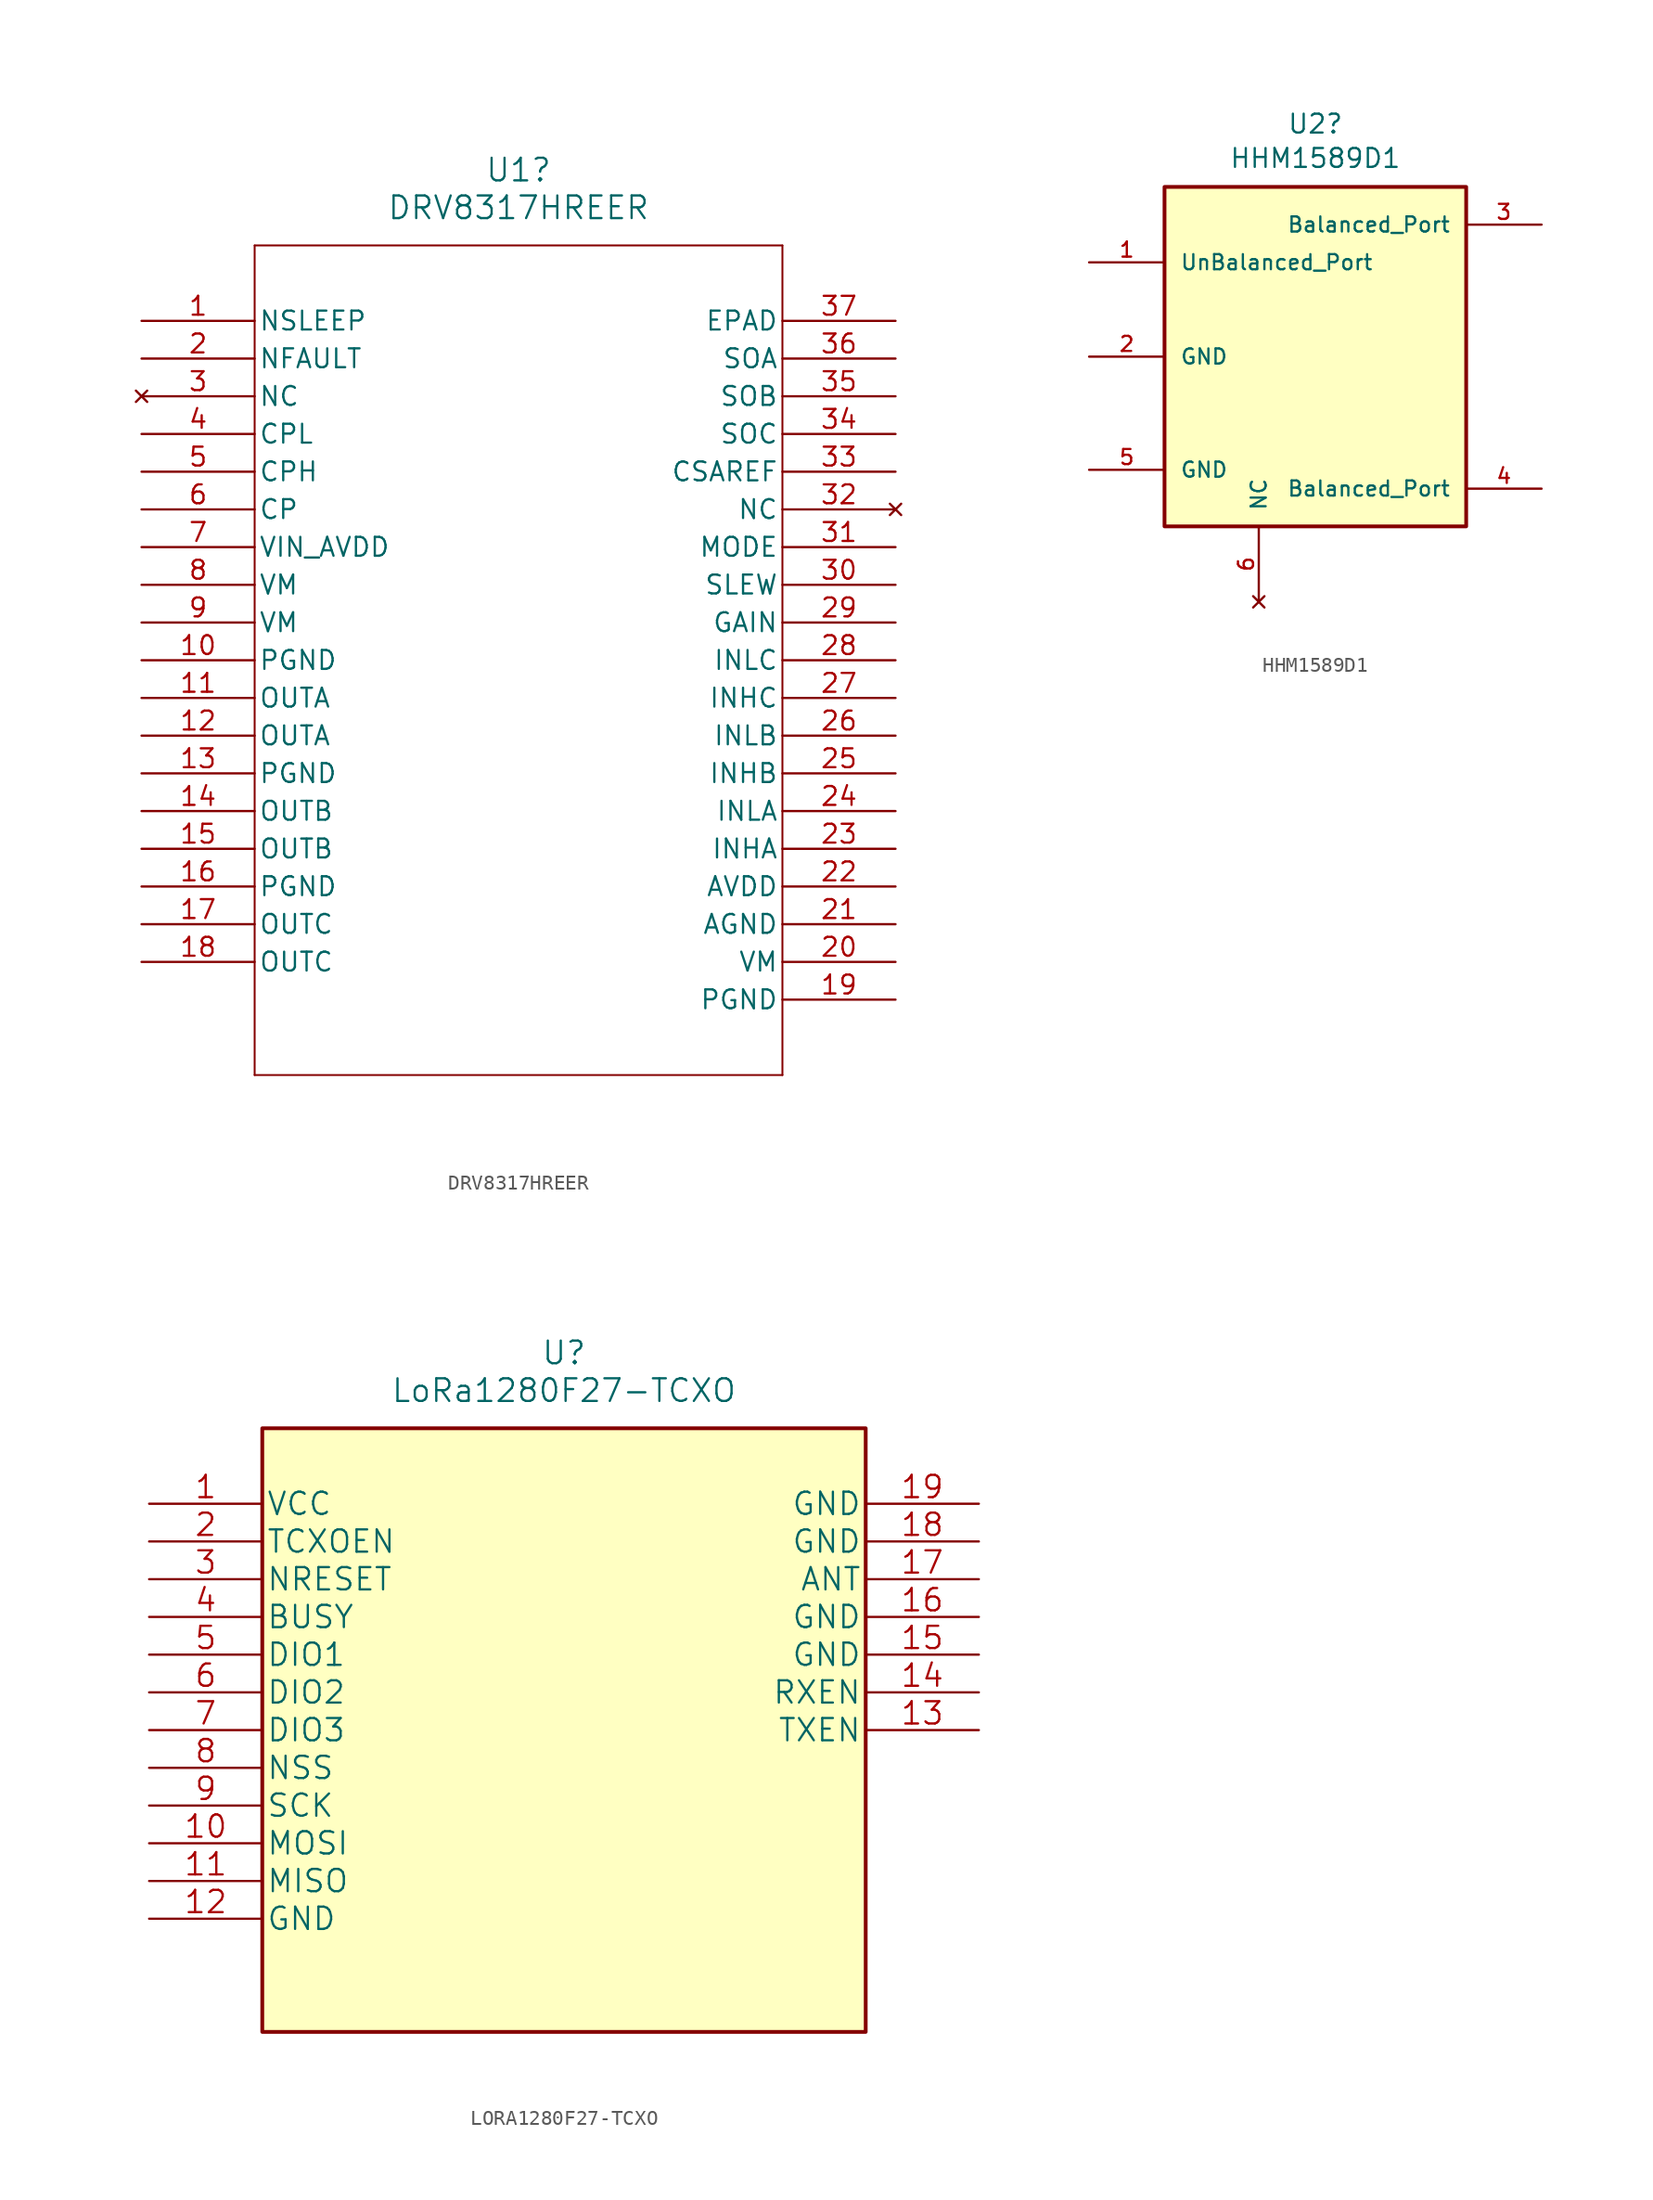
<source format=kicad_sym>
(kicad_symbol_lib
  (version 20241209)
  (generator "kicad_symbol_editor")
  (generator_version "9.0")
  (symbol "DRV8317HREER"
    (pin_names
      (offset 0.254))
    (property "Reference" "U1"
      (at 25.4 10.16 0)
      (effects (font (size 1.524 1.524))))
    (property "Value" "DRV8317HREER"
      (at 25.4 7.62 0)
      (effects (font (size 1.524 1.524))))
    (property "ki_locked" ""
      (at 0 0 0)
      (effects (font (size 1.27 1.27))))
    (symbol "DRV8317HREER_1_1"
      (polyline (pts (xy 7.62 5.08) (xy 7.62 -50.8)) (stroke (width 0.127) (type default)) (fill (type none)))
      (polyline (pts (xy 7.62 -50.8) (xy 43.18 -50.8)) (stroke (width 0.127) (type default)) (fill (type none)))
      (polyline (pts (xy 43.18 5.08) (xy 7.62 5.08)) (stroke (width 0.127) (type default)) (fill (type none)))
      (polyline (pts (xy 43.18 -50.8) (xy 43.18 5.08)) (stroke (width 0.127) (type default)) (fill (type none)))
      (pin input line (at 0 0 0) (length 7.62) (name "NSLEEP" (effects (font (size 1.27 1.27)))) (number "1" (effects (font (size 1.27 1.27)))))
      (pin output line (at 0 -2.54 0) (length 7.62) (name "NFAULT" (effects (font (size 1.27 1.27)))) (number "2" (effects (font (size 1.27 1.27)))))
      (pin no_connect line (at 0 -5.08 0) (length 7.62) (name "NC" (effects (font (size 1.27 1.27)))) (number "3" (effects (font (size 1.27 1.27)))))
      (pin passive line (at 0 -7.62 0) (length 7.62) (name "CPL" (effects (font (size 1.27 1.27)))) (number "4" (effects (font (size 1.27 1.27)))))
      (pin passive line (at 0 -10.16 0) (length 7.62) (name "CPH" (effects (font (size 1.27 1.27)))) (number "5" (effects (font (size 1.27 1.27)))))
      (pin passive line (at 0 -12.7 0) (length 7.62) (name "CP" (effects (font (size 1.27 1.27)))) (number "6" (effects (font (size 1.27 1.27)))))
      (pin power_in line (at 0 -15.24 0) (length 7.62) (name "VIN_AVDD" (effects (font (size 1.27 1.27)))) (number "7" (effects (font (size 1.27 1.27)))))
      (pin power_in line (at 0 -17.78 0) (length 7.62) (name "VM" (effects (font (size 1.27 1.27)))) (number "8" (effects (font (size 1.27 1.27)))))
      (pin power_in line (at 0 -20.32 0) (length 7.62) (name "VM" (effects (font (size 1.27 1.27)))) (number "9" (effects (font (size 1.27 1.27)))))
      (pin power_in line (at 0 -22.86 0) (length 7.62) (name "PGND" (effects (font (size 1.27 1.27)))) (number "10" (effects (font (size 1.27 1.27)))))
      (pin output line (at 0 -25.4 0) (length 7.62) (name "OUTA" (effects (font (size 1.27 1.27)))) (number "11" (effects (font (size 1.27 1.27)))))
      (pin output line (at 0 -27.94 0) (length 7.62) (name "OUTA" (effects (font (size 1.27 1.27)))) (number "12" (effects (font (size 1.27 1.27)))))
      (pin power_in line (at 0 -30.48 0) (length 7.62) (name "PGND" (effects (font (size 1.27 1.27)))) (number "13" (effects (font (size 1.27 1.27)))))
      (pin output line (at 0 -33.02 0) (length 7.62) (name "OUTB" (effects (font (size 1.27 1.27)))) (number "14" (effects (font (size 1.27 1.27)))))
      (pin output line (at 0 -35.56 0) (length 7.62) (name "OUTB" (effects (font (size 1.27 1.27)))) (number "15" (effects (font (size 1.27 1.27)))))
      (pin power_in line (at 0 -38.1 0) (length 7.62) (name "PGND" (effects (font (size 1.27 1.27)))) (number "16" (effects (font (size 1.27 1.27)))))
      (pin output line (at 0 -40.64 0) (length 7.62) (name "OUTC" (effects (font (size 1.27 1.27)))) (number "17" (effects (font (size 1.27 1.27)))))
      (pin output line (at 0 -43.18 0) (length 7.62) (name "OUTC" (effects (font (size 1.27 1.27)))) (number "18" (effects (font (size 1.27 1.27)))))
      (pin power_in line (at 50.8 0 180) (length 7.62) (name "EPAD" (effects (font (size 1.27 1.27)))) (number "37" (effects (font (size 1.27 1.27)))))
      (pin output line (at 50.8 -2.54 180) (length 7.62) (name "SOA" (effects (font (size 1.27 1.27)))) (number "36" (effects (font (size 1.27 1.27)))))
      (pin output line (at 50.8 -5.08 180) (length 7.62) (name "SOB" (effects (font (size 1.27 1.27)))) (number "35" (effects (font (size 1.27 1.27)))))
      (pin output line (at 50.8 -7.62 180) (length 7.62) (name "SOC" (effects (font (size 1.27 1.27)))) (number "34" (effects (font (size 1.27 1.27)))))
      (pin power_in line (at 50.8 -10.16 180) (length 7.62) (name "CSAREF" (effects (font (size 1.27 1.27)))) (number "33" (effects (font (size 1.27 1.27)))))
      (pin no_connect line (at 50.8 -12.7 180) (length 7.62) (name "NC" (effects (font (size 1.27 1.27)))) (number "32" (effects (font (size 1.27 1.27)))))
      (pin input line (at 50.8 -15.24 180) (length 7.62) (name "MODE" (effects (font (size 1.27 1.27)))) (number "31" (effects (font (size 1.27 1.27)))))
      (pin input line (at 50.8 -17.78 180) (length 7.62) (name "SLEW" (effects (font (size 1.27 1.27)))) (number "30" (effects (font (size 1.27 1.27)))))
      (pin input line (at 50.8 -20.32 180) (length 7.62) (name "GAIN" (effects (font (size 1.27 1.27)))) (number "29" (effects (font (size 1.27 1.27)))))
      (pin input line (at 50.8 -22.86 180) (length 7.62) (name "INLC" (effects (font (size 1.27 1.27)))) (number "28" (effects (font (size 1.27 1.27)))))
      (pin input line (at 50.8 -25.4 180) (length 7.62) (name "INHC" (effects (font (size 1.27 1.27)))) (number "27" (effects (font (size 1.27 1.27)))))
      (pin input line (at 50.8 -27.94 180) (length 7.62) (name "INLB" (effects (font (size 1.27 1.27)))) (number "26" (effects (font (size 1.27 1.27)))))
      (pin input line (at 50.8 -30.48 180) (length 7.62) (name "INHB" (effects (font (size 1.27 1.27)))) (number "25" (effects (font (size 1.27 1.27)))))
      (pin input line (at 50.8 -33.02 180) (length 7.62) (name "INLA" (effects (font (size 1.27 1.27)))) (number "24" (effects (font (size 1.27 1.27)))))
      (pin input line (at 50.8 -35.56 180) (length 7.62) (name "INHA" (effects (font (size 1.27 1.27)))) (number "23" (effects (font (size 1.27 1.27)))))
      (pin power_in line (at 50.8 -38.1 180) (length 7.62) (name "AVDD" (effects (font (size 1.27 1.27)))) (number "22" (effects (font (size 1.27 1.27)))))
      (pin power_in line (at 50.8 -40.64 180) (length 7.62) (name "AGND" (effects (font (size 1.27 1.27)))) (number "21" (effects (font (size 1.27 1.27)))))
      (pin power_in line (at 50.8 -43.18 180) (length 7.62) (name "VM" (effects (font (size 1.27 1.27)))) (number "20" (effects (font (size 1.27 1.27)))))
      (pin power_in line (at 50.8 -45.72 180) (length 7.62) (name "PGND" (effects (font (size 1.27 1.27)))) (number "19" (effects (font (size 1.27 1.27)))))))
  (symbol "HHM1589D1"
    (pin_names
      (offset 1.016))
    (property "Reference" "U2"
      (at 0 1.702 0)
      (effects (font (size 1.27 1.27))))
    (property "Value" "HHM1589D1"
      (at 0 -0.61 0)
      (effects (font (size 1.27 1.27))))
    (symbol "HHM1589D1_1_1"
      (rectangle (start -10.16 -25.4) (end 10.16 -2.54) (stroke (width 0.254) (type default)) (fill (type background)))
      (pin bidirectional line (at -15.24 -7.62 0) (length 5.08) (name "UnBalanced_Port" (effects (font (size 1.016 1.016)))) (number "1" (effects (font (size 1.016 1.016)))))
      (pin power_in line (at -15.24 -13.97 0) (length 5.08) (name "GND" (effects (font (size 1.016 1.016)))) (number "2" (effects (font (size 1.016 1.016)))))
      (pin power_in line (at -15.24 -21.59 0) (length 5.08) (name "GND" (effects (font (size 1.016 1.016)))) (number "5" (effects (font (size 1.016 1.016)))))
      (pin no_connect line (at -3.81 -30.48 90) (length 5.08) (name "NC" (effects (font (size 1.016 1.016)))) (number "6" (effects (font (size 1.016 1.016)))))
      (pin bidirectional line (at 15.24 -5.08 180) (length 5.08) (name "Balanced_Port" (effects (font (size 1.016 1.016)))) (number "3" (effects (font (size 1.016 1.016)))))
      (pin bidirectional line (at 15.24 -22.86 180) (length 5.08) (name "Balanced_Port" (effects (font (size 1.016 1.016)))) (number "4" (effects (font (size 1.016 1.016)))))))
  (symbol "LORA1280F27-TCXO"
    (pin_names
      (offset 0.254))
    (property "Reference" "U"
      (at 27.94 10.16 0)
      (effects (font (size 1.524 1.524))))
    (property "Value" "LoRa1280F27-TCXO"
      (at 27.94 7.62 0)
      (effects (font (size 1.524 1.524))))
    (symbol "LORA1280F27-TCXO_1_0"
      (pin bidirectional line (at 55.88 -5.08 180) (length 7.62) (name "ANT" (effects (font (size 1.499 1.499)))) (number "17" (effects (font (size 1.499 1.499))))))
    (symbol "LORA1280F27-TCXO_1_1"
      (rectangle (start 7.62 5.08) (end 48.26 -35.56) (stroke (width 0.254) (type default)) (fill (type background)))
      (pin power_in line (at 0 0 0) (length 7.62) (name "VCC" (effects (font (size 1.499 1.499)))) (number "1" (effects (font (size 1.499 1.499)))))
      (pin input line (at 0 -2.54 0) (length 7.62) (name "TCXOEN" (effects (font (size 1.499 1.499)))) (number "2" (effects (font (size 1.499 1.499)))))
      (pin input line (at 0 -5.08 0) (length 7.62) (name "NRESET" (effects (font (size 1.499 1.499)))) (number "3" (effects (font (size 1.499 1.499)))))
      (pin output line (at 0 -7.62 0) (length 7.62) (name "BUSY" (effects (font (size 1.499 1.499)))) (number "4" (effects (font (size 1.499 1.499)))))
      (pin output line (at 0 -10.16 0) (length 7.62) (name "DIO1" (effects (font (size 1.499 1.499)))) (number "5" (effects (font (size 1.499 1.499)))))
      (pin output line (at 0 -12.7 0) (length 7.62) (name "DIO2" (effects (font (size 1.499 1.499)))) (number "6" (effects (font (size 1.499 1.499)))))
      (pin output line (at 0 -15.24 0) (length 7.62) (name "DIO3" (effects (font (size 1.499 1.499)))) (number "7" (effects (font (size 1.499 1.499)))))
      (pin input line (at 0 -17.78 0) (length 7.62) (name "NSS" (effects (font (size 1.499 1.499)))) (number "8" (effects (font (size 1.499 1.499)))))
      (pin input line (at 0 -20.32 0) (length 7.62) (name "SCK" (effects (font (size 1.499 1.499)))) (number "9" (effects (font (size 1.499 1.499)))))
      (pin input line (at 0 -22.86 0) (length 7.62) (name "MOSI" (effects (font (size 1.499 1.499)))) (number "10" (effects (font (size 1.499 1.499)))))
      (pin output line (at 0 -25.4 0) (length 7.62) (name "MISO" (effects (font (size 1.499 1.499)))) (number "11" (effects (font (size 1.499 1.499)))))
      (pin power_in line (at 0 -27.94 0) (length 7.62) (name "GND" (effects (font (size 1.499 1.499)))) (number "12" (effects (font (size 1.499 1.499)))))
      (pin power_in line (at 55.88 0 180) (length 7.62) (name "GND" (effects (font (size 1.499 1.499)))) (number "19" (effects (font (size 1.499 1.499)))))
      (pin power_in line (at 55.88 -2.54 180) (length 7.62) (name "GND" (effects (font (size 1.499 1.499)))) (number "18" (effects (font (size 1.499 1.499)))))
      (pin power_in line (at 55.88 -7.62 180) (length 7.62) (name "GND" (effects (font (size 1.499 1.499)))) (number "16" (effects (font (size 1.499 1.499)))))
      (pin power_in line (at 55.88 -10.16 180) (length 7.62) (name "GND" (effects (font (size 1.499 1.499)))) (number "15" (effects (font (size 1.499 1.499)))))
      (pin input line (at 55.88 -12.7 180) (length 7.62) (name "RXEN" (effects (font (size 1.499 1.499)))) (number "14" (effects (font (size 1.499 1.499)))))
      (pin input line (at 55.88 -15.24 180) (length 7.62) (name "TXEN" (effects (font (size 1.499 1.499)))) (number "13" (effects (font (size 1.499 1.499))))))))
</source>
